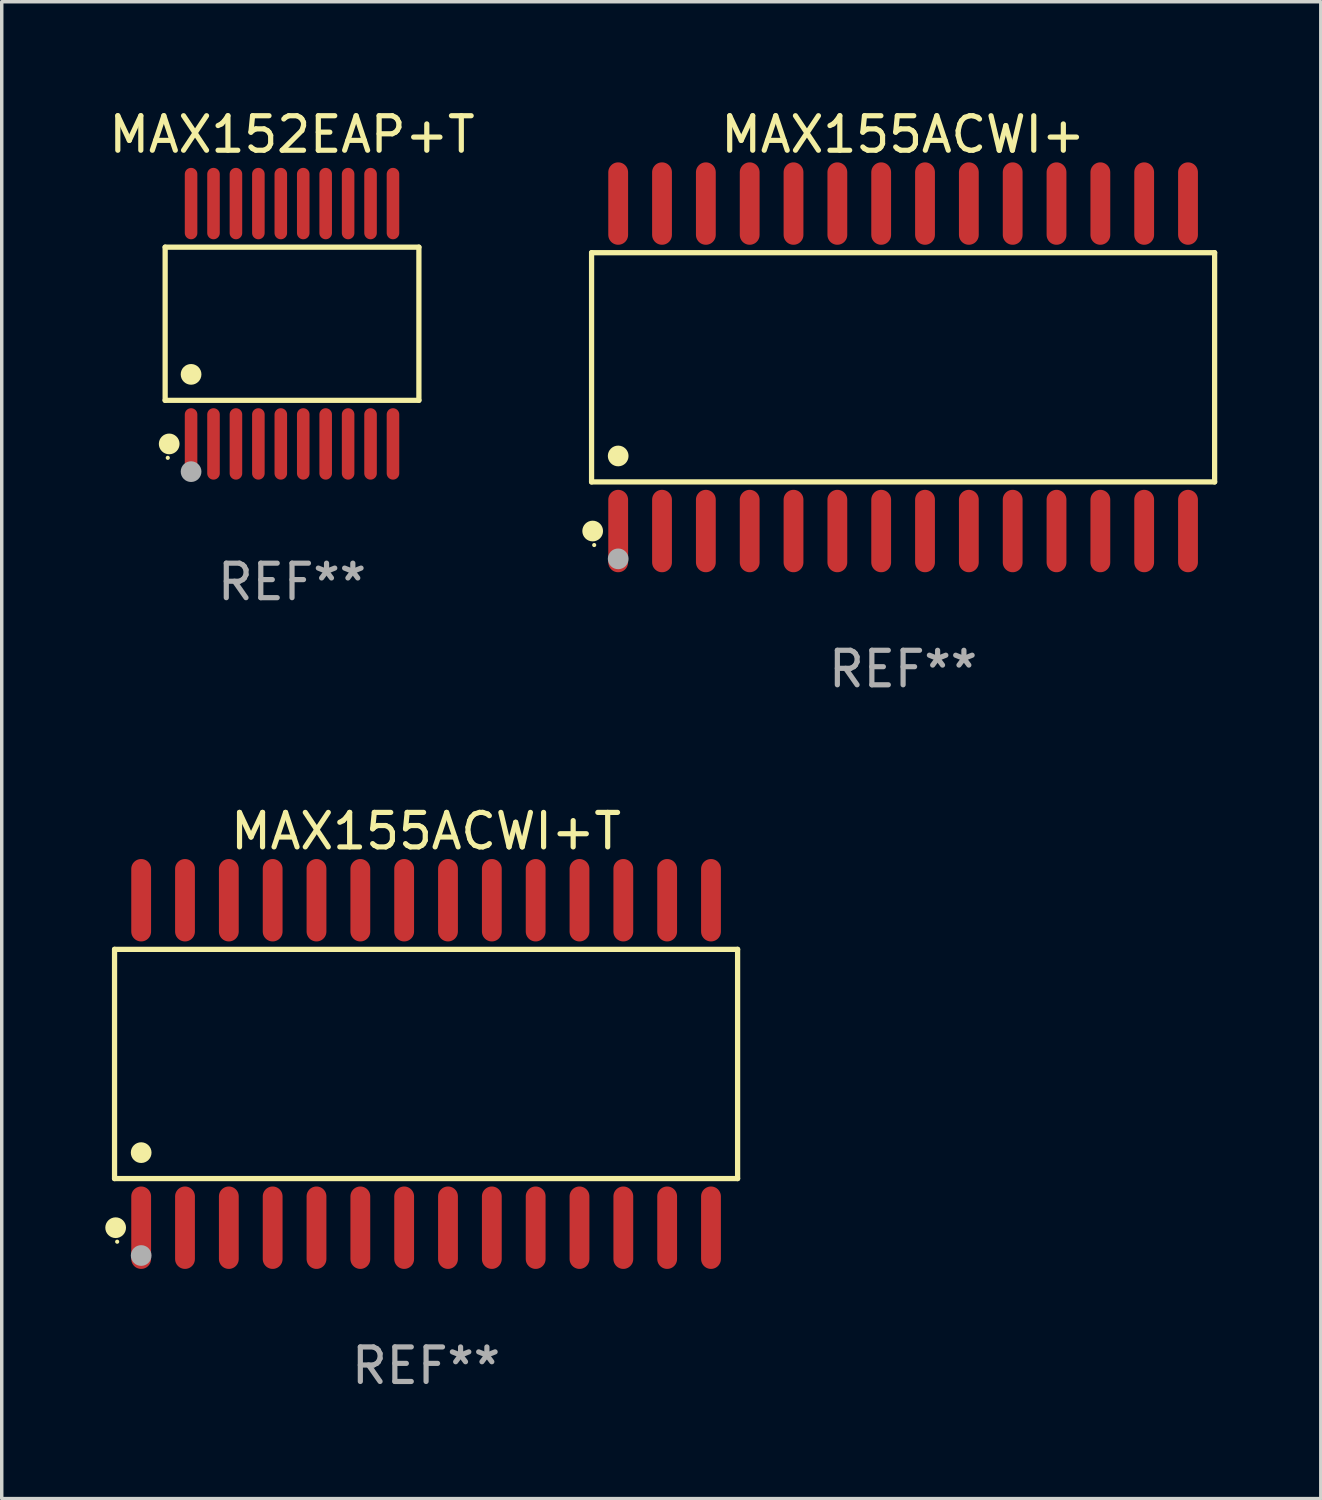
<source format=kicad_pcb>
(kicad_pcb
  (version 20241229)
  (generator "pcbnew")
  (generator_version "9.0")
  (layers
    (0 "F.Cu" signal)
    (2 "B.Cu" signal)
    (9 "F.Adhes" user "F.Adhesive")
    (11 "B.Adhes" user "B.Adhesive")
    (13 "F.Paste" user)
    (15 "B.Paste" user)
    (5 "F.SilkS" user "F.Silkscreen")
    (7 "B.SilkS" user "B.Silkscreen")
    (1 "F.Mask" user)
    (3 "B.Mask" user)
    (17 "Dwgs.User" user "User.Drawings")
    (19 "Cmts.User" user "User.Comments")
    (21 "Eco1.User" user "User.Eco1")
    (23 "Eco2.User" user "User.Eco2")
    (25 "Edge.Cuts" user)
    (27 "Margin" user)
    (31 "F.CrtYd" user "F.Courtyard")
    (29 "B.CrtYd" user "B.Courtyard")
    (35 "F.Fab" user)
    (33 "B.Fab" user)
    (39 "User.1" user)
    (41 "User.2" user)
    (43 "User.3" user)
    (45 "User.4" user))
  (footprint "MAX155ACWI+T"
    (layer "F.Cu")
    (at 9.295 27.777)
    (property "Reference" "MAX155ACWI+T" (at 0 -6.744 0) (layer "F.SilkS") (effects (font (size 1 1) (thickness 0.15))))
    (attr through_hole)
    (fp_line (start -9.026 -3.321) (end 9.026 -3.321) (stroke (width 0.152) (type solid)) (layer "F.SilkS"))
    (fp_line (start -9.026 3.321) (end -9.026 -3.321) (stroke (width 0.152) (type solid)) (layer "F.SilkS"))
    (fp_line (start 9.026 -3.321) (end 9.026 3.321) (stroke (width 0.152) (type solid)) (layer "F.SilkS"))
    (fp_line (start 9.026 3.321) (end -9.026 3.321) (stroke (width 0.152) (type solid)) (layer "F.SilkS"))
    (fp_circle (center -8.994 4.744) (end -8.844 4.744) (stroke (width 0.3) (type solid)) (fill no) (layer "F.SilkS"))
    (fp_circle (center -8.95 5.15) (end -8.92 5.15) (stroke (width 0.06) (type solid)) (fill no) (layer "F.SilkS"))
    (fp_circle (center -8.255 2.569) (end -8.105 2.569) (stroke (width 0.3) (type solid)) (fill no) (layer "F.SilkS"))
    (fp_circle (center -8.255 5.55) (end -8.105 5.55) (stroke (width 0.3) (type solid)) (fill no) (layer "F.Fab"))
    (fp_text user "REF**" (at 0 8.744 0) (layer "F.Fab") (effects (font (size 1 1) (thickness 0.15))))
    (pad "1" smd oval (at -8.255 4.744) (size 0.574 2.388) (layers "F.Cu" "F.Mask" "F.Paste"))
    (pad "2" smd oval (at -6.985 4.744) (size 0.574 2.388) (layers "F.Cu" "F.Mask" "F.Paste"))
    (pad "3" smd oval (at -5.715 4.744) (size 0.574 2.388) (layers "F.Cu" "F.Mask" "F.Paste"))
    (pad "4" smd oval (at -4.445 4.744) (size 0.574 2.388) (layers "F.Cu" "F.Mask" "F.Paste"))
    (pad "5" smd oval (at -3.175 4.744) (size 0.574 2.388) (layers "F.Cu" "F.Mask" "F.Paste"))
    (pad "6" smd oval (at -1.905 4.744) (size 0.574 2.388) (layers "F.Cu" "F.Mask" "F.Paste"))
    (pad "7" smd oval (at -0.635 4.744) (size 0.574 2.388) (layers "F.Cu" "F.Mask" "F.Paste"))
    (pad "8" smd oval (at 0.635 4.744) (size 0.574 2.388) (layers "F.Cu" "F.Mask" "F.Paste"))
    (pad "9" smd oval (at 1.905 4.744) (size 0.574 2.388) (layers "F.Cu" "F.Mask" "F.Paste"))
    (pad "10" smd oval (at 3.175 4.744) (size 0.574 2.388) (layers "F.Cu" "F.Mask" "F.Paste"))
    (pad "11" smd oval (at 4.445 4.744) (size 0.574 2.388) (layers "F.Cu" "F.Mask" "F.Paste"))
    (pad "12" smd oval (at 5.715 4.744) (size 0.574 2.388) (layers "F.Cu" "F.Mask" "F.Paste"))
    (pad "13" smd oval (at 6.985 4.744) (size 0.574 2.388) (layers "F.Cu" "F.Mask" "F.Paste"))
    (pad "14" smd oval (at 8.255 4.744) (size 0.574 2.388) (layers "F.Cu" "F.Mask" "F.Paste"))
    (pad "15" smd oval (at 8.255 -4.744) (size 0.574 2.388) (layers "F.Cu" "F.Mask" "F.Paste"))
    (pad "16" smd oval (at 6.985 -4.744) (size 0.574 2.388) (layers "F.Cu" "F.Mask" "F.Paste"))
    (pad "17" smd oval (at 5.715 -4.744) (size 0.574 2.388) (layers "F.Cu" "F.Mask" "F.Paste"))
    (pad "18" smd oval (at 4.445 -4.744) (size 0.574 2.388) (layers "F.Cu" "F.Mask" "F.Paste"))
    (pad "19" smd oval (at 3.175 -4.744) (size 0.574 2.388) (layers "F.Cu" "F.Mask" "F.Paste"))
    (pad "20" smd oval (at 1.905 -4.744) (size 0.574 2.388) (layers "F.Cu" "F.Mask" "F.Paste"))
    (pad "21" smd oval (at 0.635 -4.744) (size 0.574 2.388) (layers "F.Cu" "F.Mask" "F.Paste"))
    (pad "22" smd oval (at -0.635 -4.744) (size 0.574 2.388) (layers "F.Cu" "F.Mask" "F.Paste"))
    (pad "23" smd oval (at -1.905 -4.744) (size 0.574 2.388) (layers "F.Cu" "F.Mask" "F.Paste"))
    (pad "24" smd oval (at -3.175 -4.744) (size 0.574 2.388) (layers "F.Cu" "F.Mask" "F.Paste"))
    (pad "25" smd oval (at -4.445 -4.744) (size 0.574 2.388) (layers "F.Cu" "F.Mask" "F.Paste"))
    (pad "26" smd oval (at -5.715 -4.744) (size 0.574 2.388) (layers "F.Cu" "F.Mask" "F.Paste"))
    (pad "27" smd oval (at -6.985 -4.744) (size 0.574 2.388) (layers "F.Cu" "F.Mask" "F.Paste"))
    (pad "28" smd oval (at -8.255 -4.744) (size 0.574 2.388) (layers "F.Cu" "F.Mask" "F.Paste")))
  (footprint "MAX155ACWI+"
    (layer "F.Cu")
    (at 23.116 7.592)
    (property "Reference" "MAX155ACWI+" (at 0 -6.744 0) (layer "F.SilkS") (effects (font (size 1 1) (thickness 0.15))))
    (attr through_hole)
    (fp_line (start -9.026 -3.321) (end 9.026 -3.321) (stroke (width 0.152) (type solid)) (layer "F.SilkS"))
    (fp_line (start -9.026 3.321) (end -9.026 -3.321) (stroke (width 0.152) (type solid)) (layer "F.SilkS"))
    (fp_line (start 9.026 -3.321) (end 9.026 3.321) (stroke (width 0.152) (type solid)) (layer "F.SilkS"))
    (fp_line (start 9.026 3.321) (end -9.026 3.321) (stroke (width 0.152) (type solid)) (layer "F.SilkS"))
    (fp_circle (center -8.994 4.744) (end -8.844 4.744) (stroke (width 0.3) (type solid)) (fill no) (layer "F.SilkS"))
    (fp_circle (center -8.95 5.15) (end -8.92 5.15) (stroke (width 0.06) (type solid)) (fill no) (layer "F.SilkS"))
    (fp_circle (center -8.255 2.569) (end -8.105 2.569) (stroke (width 0.3) (type solid)) (fill no) (layer "F.SilkS"))
    (fp_circle (center -8.255 5.55) (end -8.105 5.55) (stroke (width 0.3) (type solid)) (fill no) (layer "F.Fab"))
    (fp_text user "REF**" (at 0 8.744 0) (layer "F.Fab") (effects (font (size 1 1) (thickness 0.15))))
    (pad "1" smd oval (at -8.255 4.744) (size 0.574 2.388) (layers "F.Cu" "F.Mask" "F.Paste"))
    (pad "2" smd oval (at -6.985 4.744) (size 0.574 2.388) (layers "F.Cu" "F.Mask" "F.Paste"))
    (pad "3" smd oval (at -5.715 4.744) (size 0.574 2.388) (layers "F.Cu" "F.Mask" "F.Paste"))
    (pad "4" smd oval (at -4.445 4.744) (size 0.574 2.388) (layers "F.Cu" "F.Mask" "F.Paste"))
    (pad "5" smd oval (at -3.175 4.744) (size 0.574 2.388) (layers "F.Cu" "F.Mask" "F.Paste"))
    (pad "6" smd oval (at -1.905 4.744) (size 0.574 2.388) (layers "F.Cu" "F.Mask" "F.Paste"))
    (pad "7" smd oval (at -0.635 4.744) (size 0.574 2.388) (layers "F.Cu" "F.Mask" "F.Paste"))
    (pad "8" smd oval (at 0.635 4.744) (size 0.574 2.388) (layers "F.Cu" "F.Mask" "F.Paste"))
    (pad "9" smd oval (at 1.905 4.744) (size 0.574 2.388) (layers "F.Cu" "F.Mask" "F.Paste"))
    (pad "10" smd oval (at 3.175 4.744) (size 0.574 2.388) (layers "F.Cu" "F.Mask" "F.Paste"))
    (pad "11" smd oval (at 4.445 4.744) (size 0.574 2.388) (layers "F.Cu" "F.Mask" "F.Paste"))
    (pad "12" smd oval (at 5.715 4.744) (size 0.574 2.388) (layers "F.Cu" "F.Mask" "F.Paste"))
    (pad "13" smd oval (at 6.985 4.744) (size 0.574 2.388) (layers "F.Cu" "F.Mask" "F.Paste"))
    (pad "14" smd oval (at 8.255 4.744) (size 0.574 2.388) (layers "F.Cu" "F.Mask" "F.Paste"))
    (pad "15" smd oval (at 8.255 -4.744) (size 0.574 2.388) (layers "F.Cu" "F.Mask" "F.Paste"))
    (pad "16" smd oval (at 6.985 -4.744) (size 0.574 2.388) (layers "F.Cu" "F.Mask" "F.Paste"))
    (pad "17" smd oval (at 5.715 -4.744) (size 0.574 2.388) (layers "F.Cu" "F.Mask" "F.Paste"))
    (pad "18" smd oval (at 4.445 -4.744) (size 0.574 2.388) (layers "F.Cu" "F.Mask" "F.Paste"))
    (pad "19" smd oval (at 3.175 -4.744) (size 0.574 2.388) (layers "F.Cu" "F.Mask" "F.Paste"))
    (pad "20" smd oval (at 1.905 -4.744) (size 0.574 2.388) (layers "F.Cu" "F.Mask" "F.Paste"))
    (pad "21" smd oval (at 0.635 -4.744) (size 0.574 2.388) (layers "F.Cu" "F.Mask" "F.Paste"))
    (pad "22" smd oval (at -0.635 -4.744) (size 0.574 2.388) (layers "F.Cu" "F.Mask" "F.Paste"))
    (pad "23" smd oval (at -1.905 -4.744) (size 0.574 2.388) (layers "F.Cu" "F.Mask" "F.Paste"))
    (pad "24" smd oval (at -3.175 -4.744) (size 0.574 2.388) (layers "F.Cu" "F.Mask" "F.Paste"))
    (pad "25" smd oval (at -4.445 -4.744) (size 0.574 2.388) (layers "F.Cu" "F.Mask" "F.Paste"))
    (pad "26" smd oval (at -5.715 -4.744) (size 0.574 2.388) (layers "F.Cu" "F.Mask" "F.Paste"))
    (pad "27" smd oval (at -6.985 -4.744) (size 0.574 2.388) (layers "F.Cu" "F.Mask" "F.Paste"))
    (pad "28" smd oval (at -8.255 -4.744) (size 0.574 2.388) (layers "F.Cu" "F.Mask" "F.Paste")))
  (footprint "MAX152EAP+T"
    (layer "F.Cu")
    (at 5.411 6.33)
    (property "Reference" "MAX152EAP+T" (at 0 -5.482 0) (layer "F.SilkS") (effects (font (size 1 1) (thickness 0.15))))
    (attr through_hole)
    (fp_line (start -3.676 -2.219) (end 3.676 -2.219) (stroke (width 0.152) (type solid)) (layer "F.SilkS"))
    (fp_line (start -3.676 2.219) (end -3.676 -2.219) (stroke (width 0.152) (type solid)) (layer "F.SilkS"))
    (fp_line (start 3.676 -2.219) (end 3.676 2.219) (stroke (width 0.152) (type solid)) (layer "F.SilkS"))
    (fp_line (start 3.676 2.219) (end -3.676 2.219) (stroke (width 0.152) (type solid)) (layer "F.SilkS"))
    (fp_circle (center -3.6 3.885) (end -3.57 3.885) (stroke (width 0.06) (type solid)) (fill no) (layer "F.SilkS"))
    (fp_circle (center -3.559 3.482) (end -3.409 3.482) (stroke (width 0.3) (type solid)) (fill no) (layer "F.SilkS"))
    (fp_circle (center -2.925 1.467) (end -2.775 1.467) (stroke (width 0.3) (type solid)) (fill no) (layer "F.SilkS"))
    (fp_circle (center -2.925 4.285) (end -2.775 4.285) (stroke (width 0.3) (type solid)) (fill no) (layer "F.Fab"))
    (fp_text user "REF**" (at 0 7.482 0) (layer "F.Fab") (effects (font (size 1 1) (thickness 0.15))))
    (pad "1" smd oval (at -2.925 3.482) (size 0.364 2.069) (layers "F.Cu" "F.Mask" "F.Paste"))
    (pad "2" smd oval (at -2.275 3.482) (size 0.364 2.069) (layers "F.Cu" "F.Mask" "F.Paste"))
    (pad "3" smd oval (at -1.625 3.482) (size 0.364 2.069) (layers "F.Cu" "F.Mask" "F.Paste"))
    (pad "4" smd oval (at -0.975 3.482) (size 0.364 2.069) (layers "F.Cu" "F.Mask" "F.Paste"))
    (pad "5" smd oval (at -0.325 3.482) (size 0.364 2.069) (layers "F.Cu" "F.Mask" "F.Paste"))
    (pad "6" smd oval (at 0.325 3.482) (size 0.364 2.069) (layers "F.Cu" "F.Mask" "F.Paste"))
    (pad "7" smd oval (at 0.975 3.482) (size 0.364 2.069) (layers "F.Cu" "F.Mask" "F.Paste"))
    (pad "8" smd oval (at 1.625 3.482) (size 0.364 2.069) (layers "F.Cu" "F.Mask" "F.Paste"))
    (pad "9" smd oval (at 2.275 3.482) (size 0.364 2.069) (layers "F.Cu" "F.Mask" "F.Paste"))
    (pad "10" smd oval (at 2.925 3.482) (size 0.364 2.069) (layers "F.Cu" "F.Mask" "F.Paste"))
    (pad "11" smd oval (at 2.925 -3.482) (size 0.364 2.069) (layers "F.Cu" "F.Mask" "F.Paste"))
    (pad "12" smd oval (at 2.275 -3.482) (size 0.364 2.069) (layers "F.Cu" "F.Mask" "F.Paste"))
    (pad "13" smd oval (at 1.625 -3.482) (size 0.364 2.069) (layers "F.Cu" "F.Mask" "F.Paste"))
    (pad "14" smd oval (at 0.975 -3.482) (size 0.364 2.069) (layers "F.Cu" "F.Mask" "F.Paste"))
    (pad "15" smd oval (at 0.325 -3.482) (size 0.364 2.069) (layers "F.Cu" "F.Mask" "F.Paste"))
    (pad "16" smd oval (at -0.325 -3.482) (size 0.364 2.069) (layers "F.Cu" "F.Mask" "F.Paste"))
    (pad "17" smd oval (at -0.975 -3.482) (size 0.364 2.069) (layers "F.Cu" "F.Mask" "F.Paste"))
    (pad "18" smd oval (at -1.625 -3.482) (size 0.364 2.069) (layers "F.Cu" "F.Mask" "F.Paste"))
    (pad "19" smd oval (at -2.275 -3.482) (size 0.364 2.069) (layers "F.Cu" "F.Mask" "F.Paste"))
    (pad "20" smd oval (at -2.925 -3.482) (size 0.364 2.069) (layers "F.Cu" "F.Mask" "F.Paste")))
  (gr_rect
    (start -3 -3)
    (end 35.218 40.369)
    (stroke (width 0.1) (type default))
    (fill no)
    (layer "Edge.Cuts")))
</source>
